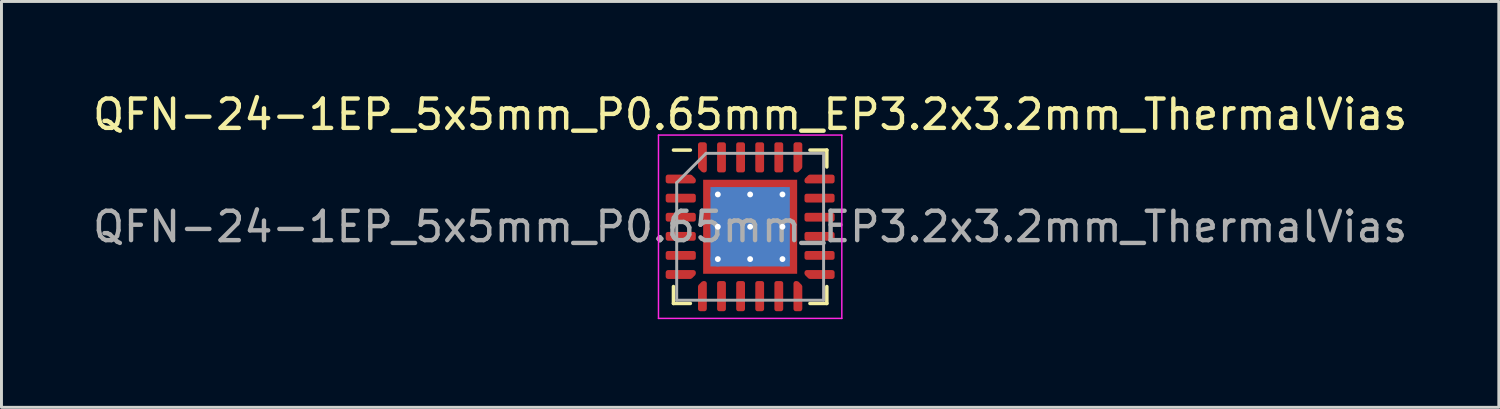
<source format=kicad_pcb>
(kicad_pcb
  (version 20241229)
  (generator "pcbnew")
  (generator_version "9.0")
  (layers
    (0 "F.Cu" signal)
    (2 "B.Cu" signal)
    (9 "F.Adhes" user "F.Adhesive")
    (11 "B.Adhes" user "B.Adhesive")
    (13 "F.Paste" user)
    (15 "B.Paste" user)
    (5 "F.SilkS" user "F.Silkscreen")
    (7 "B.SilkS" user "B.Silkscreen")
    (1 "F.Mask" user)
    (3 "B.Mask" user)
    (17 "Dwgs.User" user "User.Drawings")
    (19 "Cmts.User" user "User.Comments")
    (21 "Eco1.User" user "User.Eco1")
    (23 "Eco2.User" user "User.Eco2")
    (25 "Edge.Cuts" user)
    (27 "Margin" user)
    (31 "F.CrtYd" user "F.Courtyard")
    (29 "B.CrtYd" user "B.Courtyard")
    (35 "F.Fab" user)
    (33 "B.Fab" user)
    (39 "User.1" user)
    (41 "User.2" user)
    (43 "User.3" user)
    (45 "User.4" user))
  (footprint "QFN-24-1EP_5x5mm_P0.65mm_EP3.2x3.2mm_ThermalVias"
    (layer "F.Cu")
    (at 22.482 4.668)
    (property "Reference" "QFN-24-1EP_5x5mm_P0.65mm_EP3.2x3.2mm_ThermalVias" (at 0 -3.82 0) (layer "F.SilkS") (effects (font (size 1 1) (thickness 0.15))))
    (attr smd)
    (fp_line (start -2.61 2.61) (end -2.61 2.035) (stroke (width 0.12) (type solid)) (layer "F.SilkS"))
    (fp_line (start -2.035 -2.61) (end -2.61 -2.61) (stroke (width 0.12) (type solid)) (layer "F.SilkS"))
    (fp_line (start -2.035 2.61) (end -2.61 2.61) (stroke (width 0.12) (type solid)) (layer "F.SilkS"))
    (fp_line (start 2.035 -2.61) (end 2.61 -2.61) (stroke (width 0.12) (type solid)) (layer "F.SilkS"))
    (fp_line (start 2.035 2.61) (end 2.61 2.61) (stroke (width 0.12) (type solid)) (layer "F.SilkS"))
    (fp_line (start 2.61 -2.61) (end 2.61 -2.035) (stroke (width 0.12) (type solid)) (layer "F.SilkS"))
    (fp_line (start 2.61 2.61) (end 2.61 2.035) (stroke (width 0.12) (type solid)) (layer "F.SilkS"))
    (fp_line (start -3.12 -3.12) (end -3.12 3.12) (stroke (width 0.05) (type solid)) (layer "F.CrtYd"))
    (fp_line (start -3.12 3.12) (end 3.12 3.12) (stroke (width 0.05) (type solid)) (layer "F.CrtYd"))
    (fp_line (start 3.12 -3.12) (end -3.12 -3.12) (stroke (width 0.05) (type solid)) (layer "F.CrtYd"))
    (fp_line (start 3.12 3.12) (end 3.12 -3.12) (stroke (width 0.05) (type solid)) (layer "F.CrtYd"))
    (fp_line (start -2.5 -1.5) (end -1.5 -2.5) (stroke (width 0.1) (type solid)) (layer "F.Fab"))
    (fp_line (start -2.5 2.5) (end -2.5 -1.5) (stroke (width 0.1) (type solid)) (layer "F.Fab"))
    (fp_line (start -1.5 -2.5) (end 2.5 -2.5) (stroke (width 0.1) (type solid)) (layer "F.Fab"))
    (fp_line (start 2.5 -2.5) (end 2.5 2.5) (stroke (width 0.1) (type solid)) (layer "F.Fab"))
    (fp_line (start 2.5 2.5) (end -2.5 2.5) (stroke (width 0.1) (type solid)) (layer "F.Fab"))
    (fp_text user "${REFERENCE}" (at 0 0 0) (layer "F.Fab") (effects (font (size 1 1) (thickness 0.15))))
    (pad "" smd custom (at -1.35 -1.35) (size 0.272 0.272) (layers "F.Paste") (options (anchor circle)) (primitives (gr_poly (pts (xy -0.101 -0.101) (xy 0.101 -0.101) (xy 0.101 -0.026) (xy -0.026 0.101) (xy -0.101 0.101)) (width 0.202) (fill yes))))
    (pad "" smd custom (at -1.35 -0.55) (size 0.313 0.313) (layers "F.Paste") (options (anchor circle)) (primitives (gr_poly (pts (xy -0.111 -0.353) (xy 0.036 -0.353) (xy 0.111 -0.278) (xy 0.111 0.278) (xy 0.036 0.353) (xy -0.111 0.353)) (width 0.181) (fill yes))))
    (pad "" smd custom (at -1.35 0.55) (size 0.313 0.313) (layers "F.Paste") (options (anchor circle)) (primitives (gr_poly (pts (xy -0.111 -0.353) (xy 0.036 -0.353) (xy 0.111 -0.278) (xy 0.111 0.278) (xy 0.036 0.353) (xy -0.111 0.353)) (width 0.181) (fill yes))))
    (pad "" smd custom (at -1.35 1.35) (size 0.272 0.272) (layers "F.Paste") (options (anchor circle)) (primitives (gr_poly (pts (xy -0.101 -0.101) (xy -0.026 -0.101) (xy 0.101 0.026) (xy 0.101 0.101) (xy -0.101 0.101)) (width 0.202) (fill yes))))
    (pad "" smd custom (at -0.55 -1.35) (size 0.313 0.313) (layers "F.Paste") (options (anchor circle)) (primitives (gr_poly (pts (xy -0.353 -0.111) (xy 0.353 -0.111) (xy 0.353 0.036) (xy 0.278 0.111) (xy -0.278 0.111) (xy -0.353 0.036)) (width 0.181) (fill yes))))
    (pad "" smd roundrect (at -0.55 -0.55) (size 0.887 0.887) (layers "F.Paste") (roundrect_rratio 0.25))
    (pad "" smd roundrect (at -0.55 0.55) (size 0.887 0.887) (layers "F.Paste") (roundrect_rratio 0.25))
    (pad "" smd custom (at -0.55 1.35) (size 0.313 0.313) (layers "F.Paste") (options (anchor circle)) (primitives (gr_poly (pts (xy -0.353 -0.036) (xy -0.278 -0.111) (xy 0.278 -0.111) (xy 0.353 -0.036) (xy 0.353 0.111) (xy -0.353 0.111)) (width 0.181) (fill yes))))
    (pad "" smd custom (at 0.55 -1.35) (size 0.313 0.313) (layers "F.Paste") (options (anchor circle)) (primitives (gr_poly (pts (xy -0.353 -0.111) (xy 0.353 -0.111) (xy 0.353 0.036) (xy 0.278 0.111) (xy -0.278 0.111) (xy -0.353 0.036)) (width 0.181) (fill yes))))
    (pad "" smd roundrect (at 0.55 -0.55) (size 0.887 0.887) (layers "F.Paste") (roundrect_rratio 0.25))
    (pad "" smd roundrect (at 0.55 0.55) (size 0.887 0.887) (layers "F.Paste") (roundrect_rratio 0.25))
    (pad "" smd custom (at 0.55 1.35) (size 0.313 0.313) (layers "F.Paste") (options (anchor circle)) (primitives (gr_poly (pts (xy -0.353 -0.036) (xy -0.278 -0.111) (xy 0.278 -0.111) (xy 0.353 -0.036) (xy 0.353 0.111) (xy -0.353 0.111)) (width 0.181) (fill yes))))
    (pad "" smd custom (at 1.35 -1.35) (size 0.272 0.272) (layers "F.Paste") (options (anchor circle)) (primitives (gr_poly (pts (xy -0.101 -0.101) (xy 0.101 -0.101) (xy 0.101 0.101) (xy 0.026 0.101) (xy -0.101 -0.026)) (width 0.202) (fill yes))))
    (pad "" smd custom (at 1.35 -0.55) (size 0.313 0.313) (layers "F.Paste") (options (anchor circle)) (primitives (gr_poly (pts (xy -0.111 -0.278) (xy -0.036 -0.353) (xy 0.111 -0.353) (xy 0.111 0.353) (xy -0.036 0.353) (xy -0.111 0.278)) (width 0.181) (fill yes))))
    (pad "" smd custom (at 1.35 0.55) (size 0.313 0.313) (layers "F.Paste") (options (anchor circle)) (primitives (gr_poly (pts (xy -0.111 -0.278) (xy -0.036 -0.353) (xy 0.111 -0.353) (xy 0.111 0.353) (xy -0.036 0.353) (xy -0.111 0.278)) (width 0.181) (fill yes))))
    (pad "" smd custom (at 1.35 1.35) (size 0.272 0.272) (layers "F.Paste") (options (anchor circle)) (primitives (gr_poly (pts (xy -0.101 0.026) (xy 0.026 -0.101) (xy 0.101 -0.101) (xy 0.101 0.101) (xy -0.101 0.101)) (width 0.202) (fill yes))))
    (pad "1" smd custom (at -2.362 -1.625) (size 0.194 0.194) (layers "F.Cu" "F.Mask" "F.Paste") (options (anchor circle)) (primitives (gr_poly (pts (xy -0.438 -0.075) (xy 0.331 -0.075) (xy 0.438 0.031) (xy 0.438 0.075) (xy -0.438 0.075)) (width 0.15) (fill yes))))
    (pad "2" smd roundrect (at -2.362 -0.975) (size 1.025 0.3) (layers "F.Cu" "F.Mask" "F.Paste") (roundrect_rratio 0.25))
    (pad "3" smd roundrect (at -2.362 -0.325) (size 1.025 0.3) (layers "F.Cu" "F.Mask" "F.Paste") (roundrect_rratio 0.25))
    (pad "4" smd roundrect (at -2.362 0.325) (size 1.025 0.3) (layers "F.Cu" "F.Mask" "F.Paste") (roundrect_rratio 0.25))
    (pad "5" smd roundrect (at -2.362 0.975) (size 1.025 0.3) (layers "F.Cu" "F.Mask" "F.Paste") (roundrect_rratio 0.25))
    (pad "6" smd custom (at -2.362 1.625) (size 0.194 0.194) (layers "F.Cu" "F.Mask" "F.Paste") (options (anchor circle)) (primitives (gr_poly (pts (xy -0.438 -0.075) (xy 0.438 -0.075) (xy 0.438 -0.031) (xy 0.331 0.075) (xy -0.438 0.075)) (width 0.15) (fill yes))))
    (pad "7" smd custom (at -1.625 2.362) (size 0.194 0.194) (layers "F.Cu" "F.Mask" "F.Paste") (options (anchor circle)) (primitives (gr_poly (pts (xy -0.075 -0.331) (xy 0.031 -0.438) (xy 0.075 -0.438) (xy 0.075 0.438) (xy -0.075 0.438)) (width 0.15) (fill yes))))
    (pad "8" smd roundrect (at -0.975 2.362) (size 0.3 1.025) (layers "F.Cu" "F.Mask" "F.Paste") (roundrect_rratio 0.25))
    (pad "9" smd roundrect (at -0.325 2.362) (size 0.3 1.025) (layers "F.Cu" "F.Mask" "F.Paste") (roundrect_rratio 0.25))
    (pad "10" smd roundrect (at 0.325 2.362) (size 0.3 1.025) (layers "F.Cu" "F.Mask" "F.Paste") (roundrect_rratio 0.25))
    (pad "11" smd roundrect (at 0.975 2.362) (size 0.3 1.025) (layers "F.Cu" "F.Mask" "F.Paste") (roundrect_rratio 0.25))
    (pad "12" smd custom (at 1.625 2.362) (size 0.194 0.194) (layers "F.Cu" "F.Mask" "F.Paste") (options (anchor circle)) (primitives (gr_poly (pts (xy -0.075 -0.438) (xy -0.031 -0.438) (xy 0.075 -0.331) (xy 0.075 0.438) (xy -0.075 0.438)) (width 0.15) (fill yes))))
    (pad "13" smd custom (at 2.362 1.625) (size 0.194 0.194) (layers "F.Cu" "F.Mask" "F.Paste") (options (anchor circle)) (primitives (gr_poly (pts (xy -0.438 -0.075) (xy 0.438 -0.075) (xy 0.438 0.075) (xy -0.331 0.075) (xy -0.438 -0.031)) (width 0.15) (fill yes))))
    (pad "14" smd roundrect (at 2.362 0.975) (size 1.025 0.3) (layers "F.Cu" "F.Mask" "F.Paste") (roundrect_rratio 0.25))
    (pad "15" smd roundrect (at 2.362 0.325) (size 1.025 0.3) (layers "F.Cu" "F.Mask" "F.Paste") (roundrect_rratio 0.25))
    (pad "16" smd roundrect (at 2.362 -0.325) (size 1.025 0.3) (layers "F.Cu" "F.Mask" "F.Paste") (roundrect_rratio 0.25))
    (pad "17" smd roundrect (at 2.362 -0.975) (size 1.025 0.3) (layers "F.Cu" "F.Mask" "F.Paste") (roundrect_rratio 0.25))
    (pad "18" smd custom (at 2.362 -1.625) (size 0.194 0.194) (layers "F.Cu" "F.Mask" "F.Paste") (options (anchor circle)) (primitives (gr_poly (pts (xy -0.438 0.031) (xy -0.331 -0.075) (xy 0.438 -0.075) (xy 0.438 0.075) (xy -0.438 0.075)) (width 0.15) (fill yes))))
    (pad "19" smd custom (at 1.625 -2.362) (size 0.194 0.194) (layers "F.Cu" "F.Mask" "F.Paste") (options (anchor circle)) (primitives (gr_poly (pts (xy -0.075 -0.438) (xy 0.075 -0.438) (xy 0.075 0.331) (xy -0.031 0.438) (xy -0.075 0.438)) (width 0.15) (fill yes))))
    (pad "20" smd roundrect (at 0.975 -2.362) (size 0.3 1.025) (layers "F.Cu" "F.Mask" "F.Paste") (roundrect_rratio 0.25))
    (pad "21" smd roundrect (at 0.325 -2.362) (size 0.3 1.025) (layers "F.Cu" "F.Mask" "F.Paste") (roundrect_rratio 0.25))
    (pad "22" smd roundrect (at -0.325 -2.362) (size 0.3 1.025) (layers "F.Cu" "F.Mask" "F.Paste") (roundrect_rratio 0.25))
    (pad "23" smd roundrect (at -0.975 -2.362) (size 0.3 1.025) (layers "F.Cu" "F.Mask" "F.Paste") (roundrect_rratio 0.25))
    (pad "24" smd custom (at -1.625 -2.362) (size 0.194 0.194) (layers "F.Cu" "F.Mask" "F.Paste") (options (anchor circle)) (primitives (gr_poly (pts (xy -0.075 -0.438) (xy 0.075 -0.438) (xy 0.075 0.438) (xy 0.031 0.438) (xy -0.075 0.331)) (width 0.15) (fill yes))))
    (pad "25" thru_hole circle (at -1.1 -1.1) (size 0.5 0.5) (drill 0.2) (layers "*.Cu"))
    (pad "25" thru_hole circle (at -1.1 0) (size 0.5 0.5) (drill 0.2) (layers "*.Cu"))
    (pad "25" thru_hole circle (at -1.1 1.1) (size 0.5 0.5) (drill 0.2) (layers "*.Cu"))
    (pad "25" thru_hole circle (at 0 -1.1) (size 0.5 0.5) (drill 0.2) (layers "*.Cu"))
    (pad "25" thru_hole circle (at 0 0) (size 0.5 0.5) (drill 0.2) (layers "*.Cu"))
    (pad "25" smd rect (at 0 0) (size 2.7 2.7) (layers "B.Cu"))
    (pad "25" smd rect (at 0 0) (size 3.2 3.2) (layers "F.Cu" "F.Mask"))
    (pad "25" thru_hole circle (at 0 1.1) (size 0.5 0.5) (drill 0.2) (layers "*.Cu"))
    (pad "25" thru_hole circle (at 1.1 -1.1) (size 0.5 0.5) (drill 0.2) (layers "*.Cu"))
    (pad "25" thru_hole circle (at 1.1 0) (size 0.5 0.5) (drill 0.2) (layers "*.Cu"))
    (pad "25" thru_hole circle (at 1.1 1.1) (size 0.5 0.5) (drill 0.2) (layers "*.Cu")))
  (gr_rect
    (start -3 -3)
    (end 47.964 10.813)
    (stroke (width 0.1) (type default))
    (fill no)
    (layer "Edge.Cuts")))
</source>
